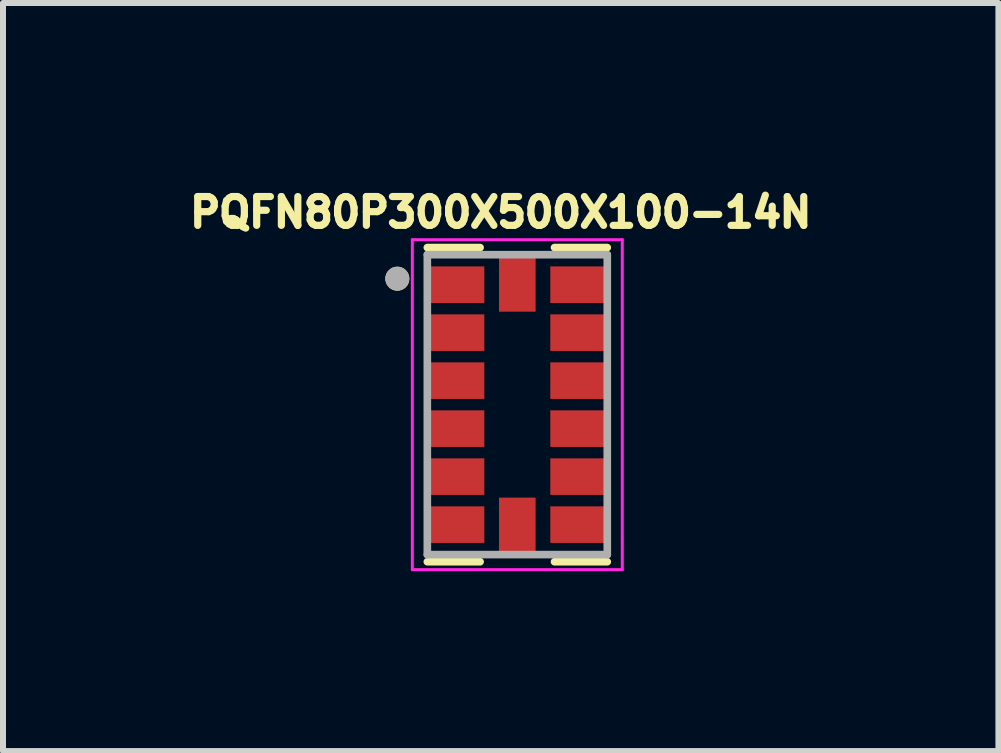
<source format=kicad_pcb>
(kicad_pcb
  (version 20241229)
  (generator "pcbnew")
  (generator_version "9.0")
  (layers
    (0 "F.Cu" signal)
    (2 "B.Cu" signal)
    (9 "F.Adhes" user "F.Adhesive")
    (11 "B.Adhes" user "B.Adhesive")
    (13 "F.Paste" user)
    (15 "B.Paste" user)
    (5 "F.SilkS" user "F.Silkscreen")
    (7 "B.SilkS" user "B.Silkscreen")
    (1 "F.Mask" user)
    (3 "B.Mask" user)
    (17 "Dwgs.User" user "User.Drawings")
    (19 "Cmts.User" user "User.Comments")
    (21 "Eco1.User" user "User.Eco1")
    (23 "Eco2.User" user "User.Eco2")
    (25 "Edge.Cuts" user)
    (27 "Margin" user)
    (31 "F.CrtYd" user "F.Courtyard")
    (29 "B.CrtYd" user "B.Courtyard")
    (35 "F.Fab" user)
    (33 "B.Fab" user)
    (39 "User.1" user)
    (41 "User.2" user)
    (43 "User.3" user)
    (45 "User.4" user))
  (footprint "PQFN80P300X500X100-14N"
    (layer "F.Cu")
    (at 5.574 3.696)
    (property "Reference" "PQFN80P300X500X100-14N" (at -0.276 -3.205 0) (layer "F.SilkS") (effects (font (size 0.48 0.48) (thickness 0.15))))
    (attr smd)
    (fp_line (start -1.5 -2.619) (end -0.62 -2.619) (stroke (width 0.127) (type solid)) (layer "F.SilkS"))
    (fp_line (start -1.5 2.619) (end -0.62 2.619) (stroke (width 0.127) (type solid)) (layer "F.SilkS"))
    (fp_line (start 0.62 -2.619) (end 1.5 -2.619) (stroke (width 0.127) (type solid)) (layer "F.SilkS"))
    (fp_line (start 0.62 2.619) (end 1.5 2.619) (stroke (width 0.127) (type solid)) (layer "F.SilkS"))
    (fp_circle (center -2 -2.1) (end -1.9 -2.1) (stroke (width 0.2) (type solid)) (fill no) (layer "F.SilkS"))
    (fp_line (start -1.75 -2.75) (end 1.75 -2.75) (stroke (width 0.05) (type solid)) (layer "F.CrtYd"))
    (fp_line (start -1.75 2.75) (end -1.75 -2.75) (stroke (width 0.05) (type solid)) (layer "F.CrtYd"))
    (fp_line (start 1.75 -2.75) (end 1.75 2.75) (stroke (width 0.05) (type solid)) (layer "F.CrtYd"))
    (fp_line (start 1.75 2.75) (end -1.75 2.75) (stroke (width 0.05) (type solid)) (layer "F.CrtYd"))
    (fp_line (start -1.5 -2.5) (end 1.5 -2.5) (stroke (width 0.127) (type solid)) (layer "F.Fab"))
    (fp_line (start -1.5 2.5) (end -1.5 -2.5) (stroke (width 0.127) (type solid)) (layer "F.Fab"))
    (fp_line (start 1.5 -2.5) (end 1.5 2.5) (stroke (width 0.127) (type solid)) (layer "F.Fab"))
    (fp_line (start 1.5 2.5) (end -1.5 2.5) (stroke (width 0.127) (type solid)) (layer "F.Fab"))
    (fp_circle (center -2 -2.1) (end -1.9 -2.1) (stroke (width 0.2) (type solid)) (fill no) (layer "F.Fab"))
    (pad "1" smd rect (at -1.01 -2) (size 0.92 0.61) (layers "F.Cu" "F.Mask" "F.Paste"))
    (pad "2" smd rect (at -1.01 -1.2) (size 0.92 0.61) (layers "F.Cu" "F.Mask" "F.Paste"))
    (pad "3" smd rect (at -1.01 -0.4) (size 0.92 0.61) (layers "F.Cu" "F.Mask" "F.Paste"))
    (pad "4" smd rect (at -1.01 0.4) (size 0.92 0.61) (layers "F.Cu" "F.Mask" "F.Paste"))
    (pad "5" smd rect (at -1.01 1.2) (size 0.92 0.61) (layers "F.Cu" "F.Mask" "F.Paste"))
    (pad "6" smd rect (at -1.01 2) (size 0.92 0.61) (layers "F.Cu" "F.Mask" "F.Paste"))
    (pad "7" smd rect (at 0 2.01) (size 0.61 0.92) (layers "F.Cu" "F.Mask" "F.Paste"))
    (pad "8" smd rect (at 1.01 2) (size 0.92 0.61) (layers "F.Cu" "F.Mask" "F.Paste"))
    (pad "9" smd rect (at 1.01 1.2) (size 0.92 0.61) (layers "F.Cu" "F.Mask" "F.Paste"))
    (pad "10" smd rect (at 1.01 0.4) (size 0.92 0.61) (layers "F.Cu" "F.Mask" "F.Paste"))
    (pad "11" smd rect (at 1.01 -0.4) (size 0.92 0.61) (layers "F.Cu" "F.Mask" "F.Paste"))
    (pad "12" smd rect (at 1.01 -1.2) (size 0.92 0.61) (layers "F.Cu" "F.Mask" "F.Paste"))
    (pad "13" smd rect (at 1.01 -2) (size 0.92 0.61) (layers "F.Cu" "F.Mask" "F.Paste"))
    (pad "14" smd rect (at 0 -2.01) (size 0.61 0.92) (layers "F.Cu" "F.Mask" "F.Paste")))
  (gr_rect
    (start -3 -3)
    (end 13.595 9.471)
    (stroke (width 0.1) (type default))
    (fill no)
    (layer "Edge.Cuts")))
</source>
